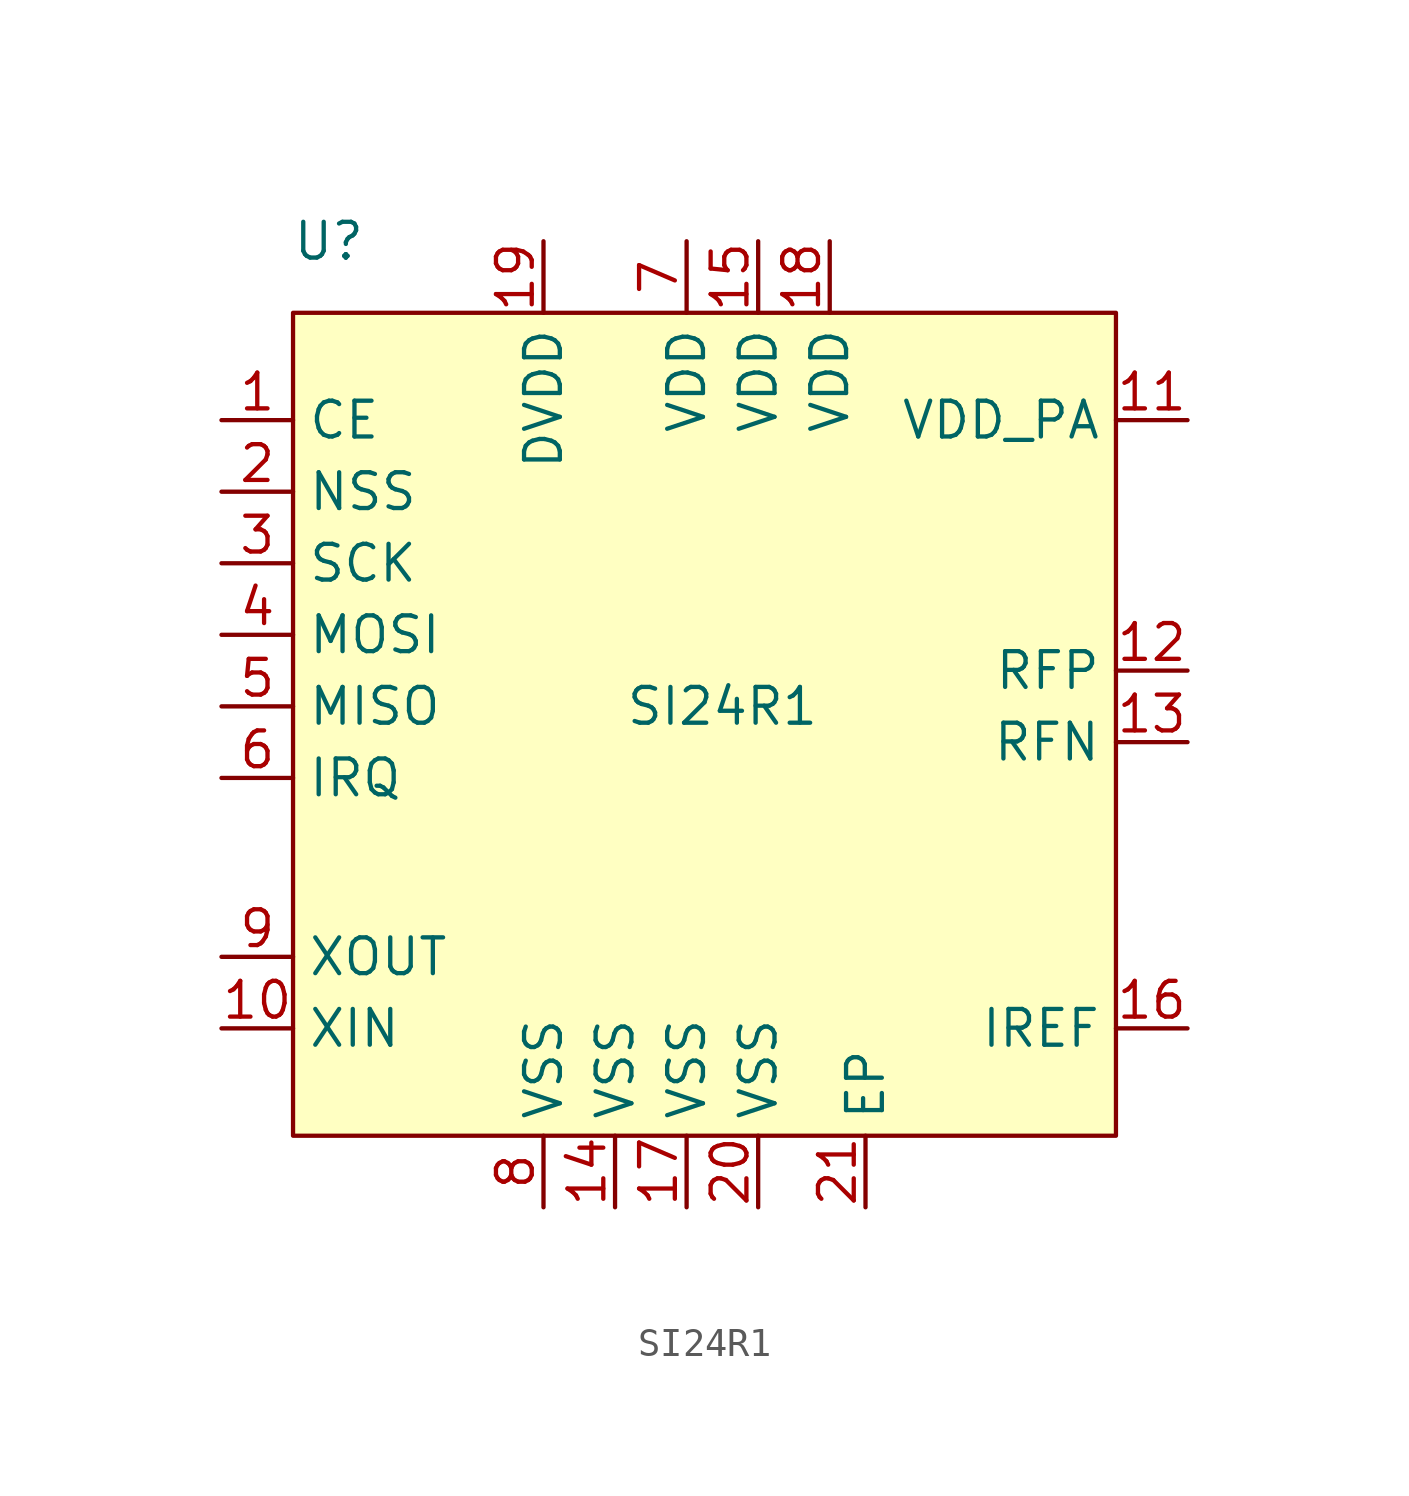
<source format=kicad_sym>
(kicad_symbol_lib
  (version 20211014)
  (generator kicad_symbol_editor)
  (symbol "SI24R1"
    (property "Reference" "U"
      (at 1.27 31.75 0)
      (effects (font (size 1.27 1.27))))
    (property "Value" "SI24R1"
      (at 15.24 15.24 0)
      (effects (font (size 1.27 1.27))))
    (symbol "SI24R1_0_1"
      (rectangle (start 0 29.21) (end 29.21 0) (stroke (width 0.152) (type default) (color 0 0 0 0)) (fill (type background))))
    (symbol "SI24R1_1_1"
      (pin input line (at -2.54 25.4 0) (length 2.54) (name "CE" (effects (font (size 1.27 1.27)))) (number "1" (effects (font (size 1.27 1.27)))))
      (pin input line (at -2.54 3.81 0) (length 2.54) (name "XIN" (effects (font (size 1.27 1.27)))) (number "10" (effects (font (size 1.27 1.27)))))
      (pin power_out line (at 31.75 25.4 180) (length 2.54) (name "VDD_PA" (effects (font (size 1.27 1.27)))) (number "11" (effects (font (size 1.27 1.27)))))
      (pin bidirectional line (at 31.75 16.51 180) (length 2.54) (name "RFP" (effects (font (size 1.27 1.27)))) (number "12" (effects (font (size 1.27 1.27)))))
      (pin bidirectional line (at 31.75 13.97 180) (length 2.54) (name "RFN" (effects (font (size 1.27 1.27)))) (number "13" (effects (font (size 1.27 1.27)))))
      (pin power_in line (at 11.43 -2.54 90) (length 2.54) (name "VSS" (effects (font (size 1.27 1.27)))) (number "14" (effects (font (size 1.27 1.27)))))
      (pin power_in line (at 16.51 31.75 270) (length 2.54) (name "VDD" (effects (font (size 1.27 1.27)))) (number "15" (effects (font (size 1.27 1.27)))))
      (pin passive line (at 31.75 3.81 180) (length 2.54) (name "IREF" (effects (font (size 1.27 1.27)))) (number "16" (effects (font (size 1.27 1.27)))))
      (pin power_in line (at 13.97 -2.54 90) (length 2.54) (name "VSS" (effects (font (size 1.27 1.27)))) (number "17" (effects (font (size 1.27 1.27)))))
      (pin power_in line (at 19.05 31.75 270) (length 2.54) (name "VDD" (effects (font (size 1.27 1.27)))) (number "18" (effects (font (size 1.27 1.27)))))
      (pin power_out line (at 8.89 31.75 270) (length 2.54) (name "DVDD" (effects (font (size 1.27 1.27)))) (number "19" (effects (font (size 1.27 1.27)))))
      (pin input line (at -2.54 22.86 0) (length 2.54) (name "NSS" (effects (font (size 1.27 1.27)))) (number "2" (effects (font (size 1.27 1.27)))))
      (pin power_in line (at 16.51 -2.54 90) (length 2.54) (name "VSS" (effects (font (size 1.27 1.27)))) (number "20" (effects (font (size 1.27 1.27)))))
      (pin power_in line (at 20.32 -2.54 90) (length 2.54) (name "EP" (effects (font (size 1.27 1.27)))) (number "21" (effects (font (size 1.27 1.27)))))
      (pin input line (at -2.54 20.32 0) (length 2.54) (name "SCK" (effects (font (size 1.27 1.27)))) (number "3" (effects (font (size 1.27 1.27)))))
      (pin input line (at -2.54 17.78 0) (length 2.54) (name "MOSI" (effects (font (size 1.27 1.27)))) (number "4" (effects (font (size 1.27 1.27)))))
      (pin output line (at -2.54 15.24 0) (length 2.54) (name "MISO" (effects (font (size 1.27 1.27)))) (number "5" (effects (font (size 1.27 1.27)))))
      (pin output line (at -2.54 12.7 0) (length 2.54) (name "IRQ" (effects (font (size 1.27 1.27)))) (number "6" (effects (font (size 1.27 1.27)))))
      (pin power_in line (at 13.97 31.75 270) (length 2.54) (name "VDD" (effects (font (size 1.27 1.27)))) (number "7" (effects (font (size 1.27 1.27)))))
      (pin power_in line (at 8.89 -2.54 90) (length 2.54) (name "VSS" (effects (font (size 1.27 1.27)))) (number "8" (effects (font (size 1.27 1.27)))))
      (pin output line (at -2.54 6.35 0) (length 2.54) (name "XOUT" (effects (font (size 1.27 1.27)))) (number "9" (effects (font (size 1.27 1.27))))))))
</source>
